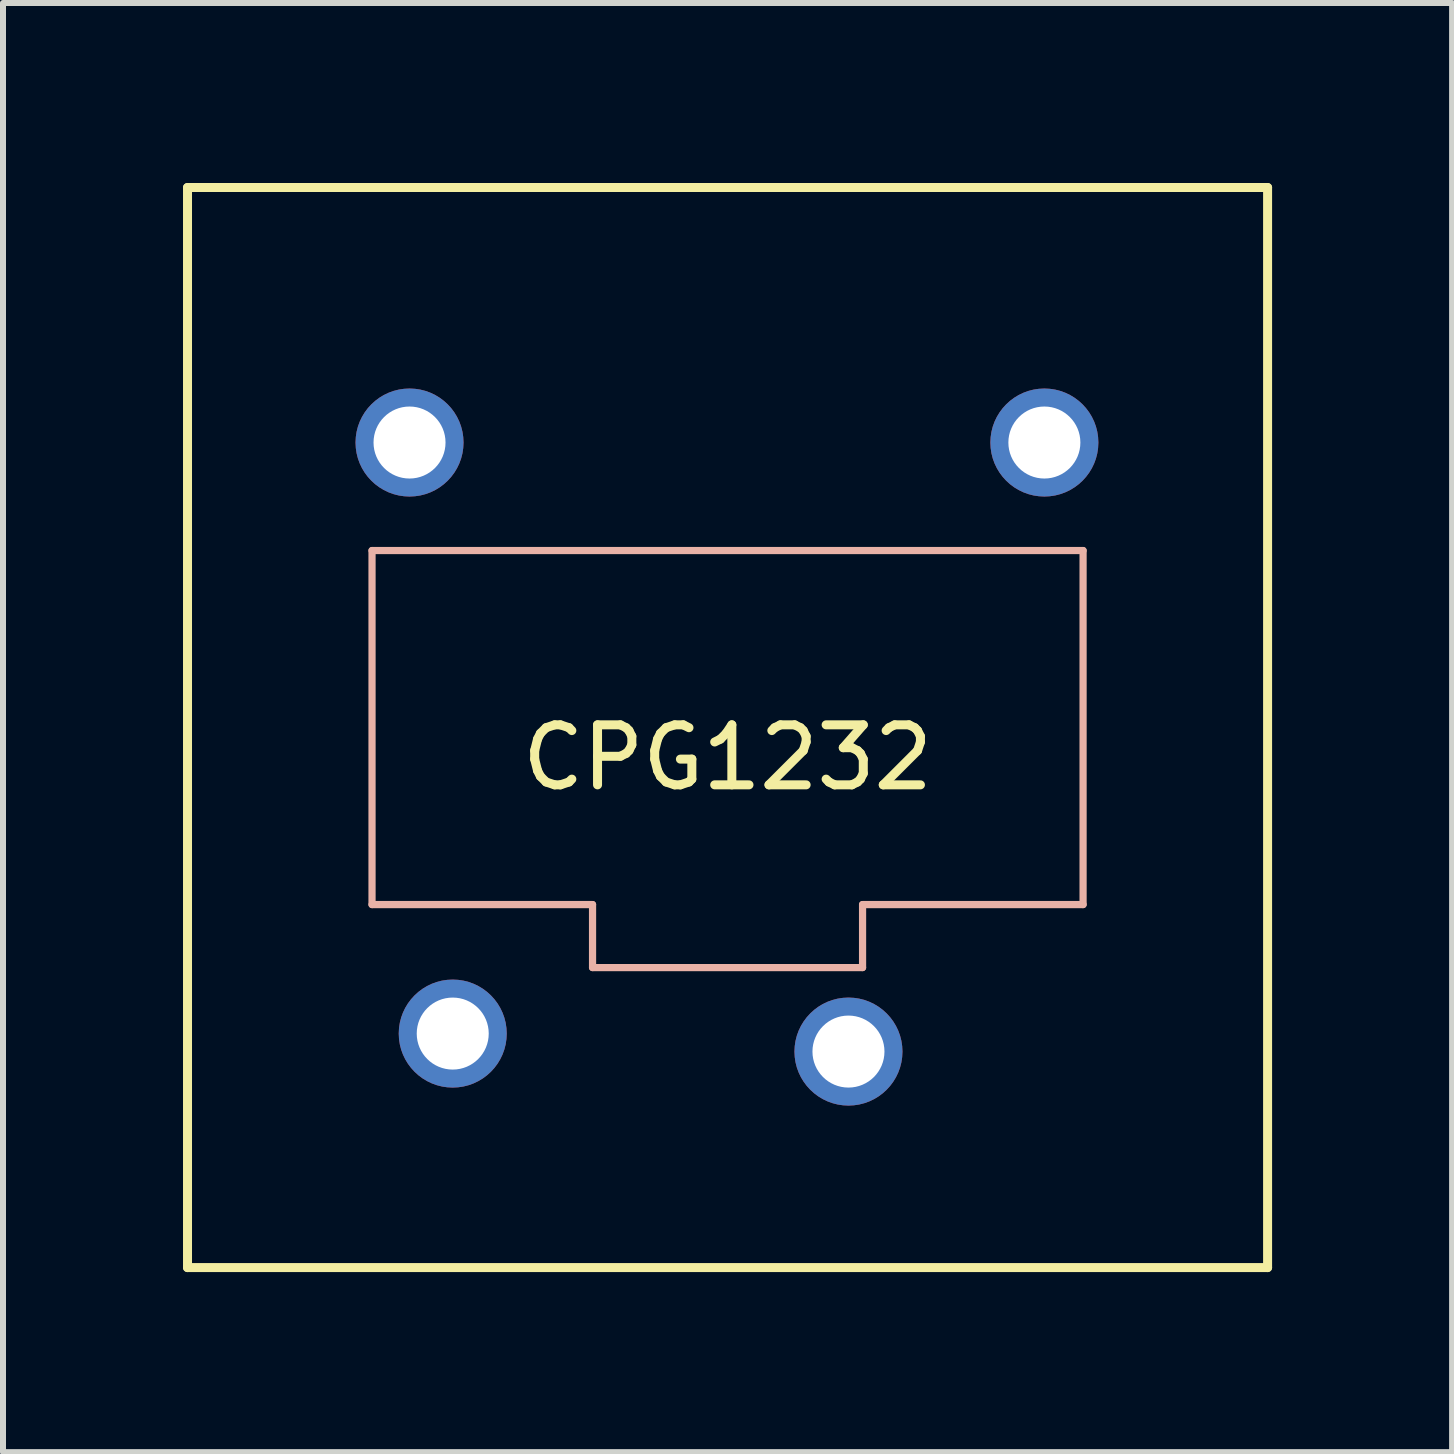
<source format=kicad_pcb>
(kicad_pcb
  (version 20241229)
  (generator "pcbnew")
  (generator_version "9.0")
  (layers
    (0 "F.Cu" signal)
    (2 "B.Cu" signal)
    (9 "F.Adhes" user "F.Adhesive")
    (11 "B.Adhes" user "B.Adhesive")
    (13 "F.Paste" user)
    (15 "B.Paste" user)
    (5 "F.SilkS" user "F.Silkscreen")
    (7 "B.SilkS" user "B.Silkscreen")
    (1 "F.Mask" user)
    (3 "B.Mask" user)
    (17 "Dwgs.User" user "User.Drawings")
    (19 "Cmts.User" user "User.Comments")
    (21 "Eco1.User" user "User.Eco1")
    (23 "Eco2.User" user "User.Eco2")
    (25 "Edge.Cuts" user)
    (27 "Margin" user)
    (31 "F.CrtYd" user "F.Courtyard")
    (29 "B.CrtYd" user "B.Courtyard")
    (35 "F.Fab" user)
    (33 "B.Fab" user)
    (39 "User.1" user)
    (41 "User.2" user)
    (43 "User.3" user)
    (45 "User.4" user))
  (footprint "CPG1232"
    (layer "F.Cu")
    (at 9.075 9.075)
    (property "Reference" "CPG1232" (at 0 0.5 0) (layer "F.SilkS") (effects (font (size 1 1) (thickness 0.15))))
    (attr through_hole)
    (fp_line (start -9 -9) (end -9 9) (stroke (width 0.15) (type solid)) (layer "F.SilkS"))
    (fp_line (start -9 -9) (end 9 -9) (stroke (width 0.15) (type solid)) (layer "F.SilkS"))
    (fp_line (start -9 9) (end 9 9) (stroke (width 0.15) (type solid)) (layer "F.SilkS"))
    (fp_line (start 9 -9) (end 9 9) (stroke (width 0.15) (type solid)) (layer "F.SilkS"))
    (fp_line (start -5.925 -2.95) (end -5.925 2.95) (stroke (width 0.12) (type solid)) (layer "B.SilkS"))
    (fp_line (start -5.925 -2.95) (end 5.925 -2.95) (stroke (width 0.12) (type solid)) (layer "B.SilkS"))
    (fp_line (start -5.925 2.95) (end -2.25 2.95) (stroke (width 0.12) (type solid)) (layer "B.SilkS"))
    (fp_line (start -2.25 2.95) (end -2.25 4) (stroke (width 0.12) (type solid)) (layer "B.SilkS"))
    (fp_line (start -2.25 4) (end 2.25 4) (stroke (width 0.12) (type solid)) (layer "B.SilkS"))
    (fp_line (start 2.25 2.95) (end 2.25 4) (stroke (width 0.12) (type solid)) (layer "B.SilkS"))
    (fp_line (start 2.25 2.95) (end 5.925 2.95) (stroke (width 0.12) (type solid)) (layer "B.SilkS"))
    (fp_line (start 5.925 -2.95) (end 5.925 2.95) (stroke (width 0.12) (type solid)) (layer "B.SilkS"))
    (pad "" thru_hole circle (at -5.3 -4.75) (size 1.8 1.8) (drill 1.2) (layers "*.Cu" "*.Mask"))
    (pad "" thru_hole circle (at 5.28 -4.75) (size 1.8 1.8) (drill 1.2) (layers "*.Cu" "*.Mask"))
    (pad "1" thru_hole circle (at -4.58 5.1) (size 1.8 1.8) (drill 1.2) (layers "*.Cu" "*.Mask"))
    (pad "2" thru_hole circle (at 2.015 5.4) (size 1.8 1.8) (drill 1.2) (layers "*.Cu" "*.Mask")))
  (gr_rect
    (start -3 -3)
    (end 21.15 21.15)
    (stroke (width 0.1) (type default))
    (fill no)
    (layer "Edge.Cuts")))
</source>
